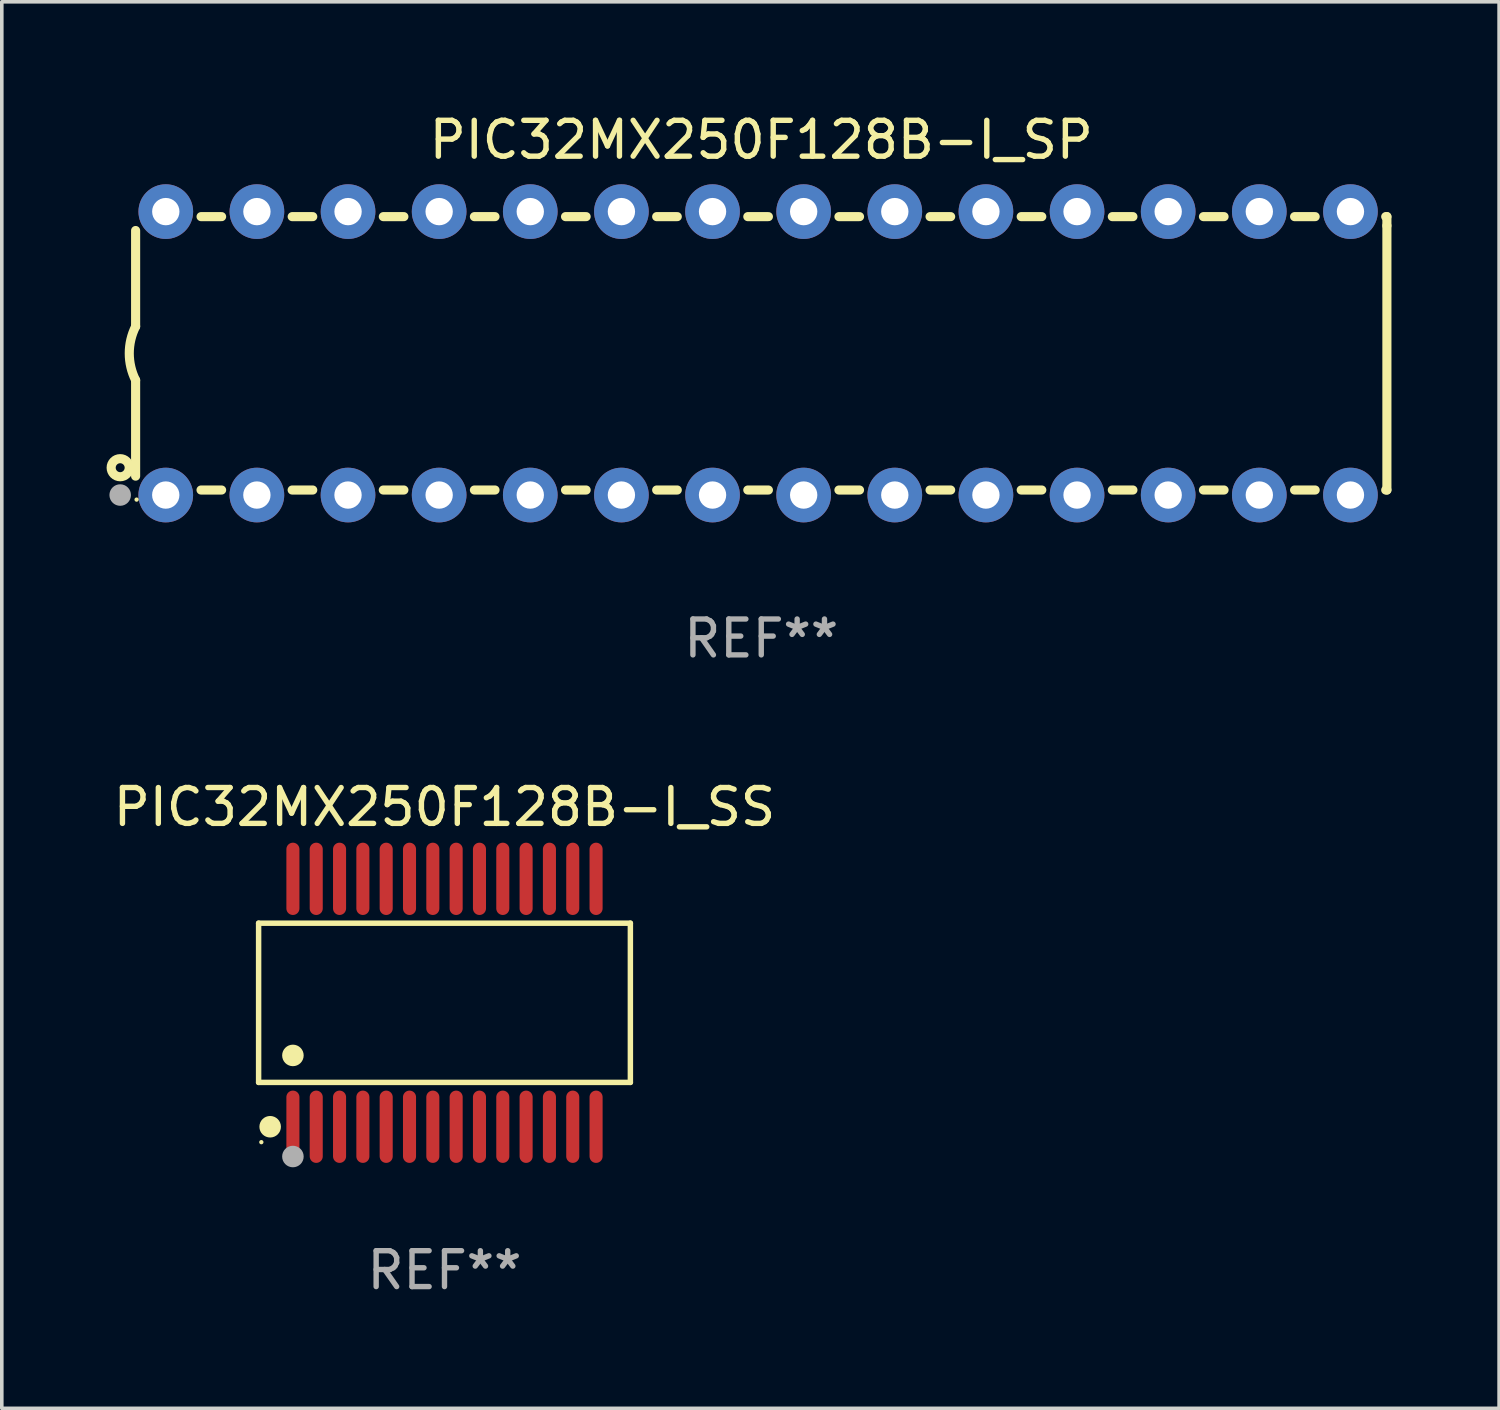
<source format=kicad_pcb>
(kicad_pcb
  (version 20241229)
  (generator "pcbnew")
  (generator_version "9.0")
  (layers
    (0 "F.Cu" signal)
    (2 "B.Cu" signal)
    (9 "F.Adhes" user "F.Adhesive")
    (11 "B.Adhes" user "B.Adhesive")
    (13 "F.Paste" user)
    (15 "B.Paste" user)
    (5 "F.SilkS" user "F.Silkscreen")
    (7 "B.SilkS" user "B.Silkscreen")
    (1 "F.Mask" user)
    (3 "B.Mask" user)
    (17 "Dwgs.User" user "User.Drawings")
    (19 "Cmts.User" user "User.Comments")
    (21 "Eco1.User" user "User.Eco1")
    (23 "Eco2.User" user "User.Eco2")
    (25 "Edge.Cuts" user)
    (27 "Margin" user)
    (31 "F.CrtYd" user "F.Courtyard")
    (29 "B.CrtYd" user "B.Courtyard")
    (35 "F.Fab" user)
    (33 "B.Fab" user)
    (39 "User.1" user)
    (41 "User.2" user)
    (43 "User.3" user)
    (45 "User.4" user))
  (footprint "PIC32MX250F128B-I_SP"
    (layer "F.Cu")
    (at 18.168 6.798)
    (property "Reference" "PIC32MX250F128B-I_SP" (at 0 -5.95 0) (layer "F.SilkS") (effects (font (size 1 1) (thickness 0.15))))
    (attr through_hole)
    (fp_line (start -17.438 0.75) (end -17.438 3.423) (stroke (width 0.254) (type solid)) (layer "F.SilkS"))
    (fp_line (start -17.438 -3.423) (end -17.438 -0.75) (stroke (width 0.254) (type solid)) (layer "F.SilkS"))
    (fp_line (start -15.615 3.81) (end -15.041 3.81) (stroke (width 0.254) (type solid)) (layer "F.SilkS"))
    (fp_line (start -15.041 -3.81) (end -15.614 -3.81) (stroke (width 0.254) (type solid)) (layer "F.SilkS"))
    (fp_line (start -13.075 3.81) (end -12.501 3.81) (stroke (width 0.254) (type solid)) (layer "F.SilkS"))
    (fp_line (start -12.501 -3.81) (end -13.074 -3.81) (stroke (width 0.254) (type solid)) (layer "F.SilkS"))
    (fp_line (start -10.535 3.81) (end -9.961 3.81) (stroke (width 0.254) (type solid)) (layer "F.SilkS"))
    (fp_line (start -9.961 -3.81) (end -10.534 -3.81) (stroke (width 0.254) (type solid)) (layer "F.SilkS"))
    (fp_line (start -7.995 3.81) (end -7.421 3.81) (stroke (width 0.254) (type solid)) (layer "F.SilkS"))
    (fp_line (start -7.421 -3.81) (end -7.995 -3.81) (stroke (width 0.254) (type solid)) (layer "F.SilkS"))
    (fp_line (start -5.455 3.81) (end -4.881 3.81) (stroke (width 0.254) (type solid)) (layer "F.SilkS"))
    (fp_line (start -4.881 -3.81) (end -5.455 -3.81) (stroke (width 0.254) (type solid)) (layer "F.SilkS"))
    (fp_line (start -2.915 3.81) (end -2.341 3.81) (stroke (width 0.254) (type solid)) (layer "F.SilkS"))
    (fp_line (start -2.341 -3.81) (end -2.915 -3.81) (stroke (width 0.254) (type solid)) (layer "F.SilkS"))
    (fp_line (start -0.375 3.81) (end 0.199 3.81) (stroke (width 0.254) (type solid)) (layer "F.SilkS"))
    (fp_line (start 0.199 -3.81) (end -0.375 -3.81) (stroke (width 0.254) (type solid)) (layer "F.SilkS"))
    (fp_line (start 2.165 3.81) (end 2.739 3.81) (stroke (width 0.254) (type solid)) (layer "F.SilkS"))
    (fp_line (start 2.739 -3.81) (end 2.165 -3.81) (stroke (width 0.254) (type solid)) (layer "F.SilkS"))
    (fp_line (start 4.705 3.81) (end 5.279 3.81) (stroke (width 0.254) (type solid)) (layer "F.SilkS"))
    (fp_line (start 5.279 -3.81) (end 4.705 -3.81) (stroke (width 0.254) (type solid)) (layer "F.SilkS"))
    (fp_line (start 7.245 3.81) (end 7.819 3.81) (stroke (width 0.254) (type solid)) (layer "F.SilkS"))
    (fp_line (start 7.819 -3.81) (end 7.245 -3.81) (stroke (width 0.254) (type solid)) (layer "F.SilkS"))
    (fp_line (start 9.785 3.81) (end 10.359 3.81) (stroke (width 0.254) (type solid)) (layer "F.SilkS"))
    (fp_line (start 10.359 -3.81) (end 9.785 -3.81) (stroke (width 0.254) (type solid)) (layer "F.SilkS"))
    (fp_line (start 12.325 3.81) (end 12.899 3.81) (stroke (width 0.254) (type solid)) (layer "F.SilkS"))
    (fp_line (start 12.899 -3.81) (end 12.325 -3.81) (stroke (width 0.254) (type solid)) (layer "F.SilkS"))
    (fp_line (start 14.865 3.81) (end 15.439 3.81) (stroke (width 0.254) (type solid)) (layer "F.SilkS"))
    (fp_line (start 15.439 -3.81) (end 14.865 -3.81) (stroke (width 0.254) (type solid)) (layer "F.SilkS"))
    (fp_line (start 17.405 3.81) (end 17.438 3.81) (stroke (width 0.254) (type solid)) (layer "F.SilkS"))
    (fp_line (start 17.438 -3.81) (end 17.405 -3.81) (stroke (width 0.254) (type solid)) (layer "F.SilkS"))
    (fp_line (start 17.438 -3.556) (end 17.438 -3.81) (stroke (width 0.254) (type solid)) (layer "F.SilkS"))
    (fp_line (start 17.438 3.81) (end 17.438 -3.556) (stroke (width 0.254) (type solid)) (layer "F.SilkS"))
    (fp_arc (start -17.437986 0.749657) (mid -17.614887 -0.000024) (end -17.437783 -0.749657) (stroke (width 0.254001) (type solid)) (layer "F.SilkS"))
    (fp_circle (center -17.868 3.188) (end -17.743 3.188) (stroke (width 0.254) (type solid)) (fill no) (layer "F.SilkS"))
    (fp_circle (center -17.411 4.077) (end -17.381 4.077) (stroke (width 0.06) (type solid)) (fill no) (layer "F.SilkS"))
    (fp_circle (center -17.868 3.95) (end -17.718 3.95) (stroke (width 0.3) (type solid)) (fill no) (layer "F.Fab"))
    (fp_text user "REF**" (at 0 7.95 0) (layer "F.Fab") (effects (font (size 1 1) (thickness 0.15))))
    (pad "1" thru_hole circle (at -16.598 3.95) (size 1.524 1.524) (drill 0.762) (layers "*.Cu" "*.Mask"))
    (pad "2" thru_hole circle (at -14.058 3.95) (size 1.524 1.524) (drill 0.762) (layers "*.Cu" "*.Mask"))
    (pad "3" thru_hole circle (at -11.518 3.95) (size 1.524 1.524) (drill 0.762) (layers "*.Cu" "*.Mask"))
    (pad "4" thru_hole circle (at -8.978 3.95) (size 1.524 1.524) (drill 0.762) (layers "*.Cu" "*.Mask"))
    (pad "5" thru_hole circle (at -6.438 3.95) (size 1.524 1.524) (drill 0.762) (layers "*.Cu" "*.Mask"))
    (pad "6" thru_hole circle (at -3.898 3.95) (size 1.524 1.524) (drill 0.762) (layers "*.Cu" "*.Mask"))
    (pad "7" thru_hole circle (at -1.358 3.95) (size 1.524 1.524) (drill 0.762) (layers "*.Cu" "*.Mask"))
    (pad "8" thru_hole circle (at 1.182 3.95) (size 1.524 1.524) (drill 0.762) (layers "*.Cu" "*.Mask"))
    (pad "9" thru_hole circle (at 3.722 3.95) (size 1.524 1.524) (drill 0.762) (layers "*.Cu" "*.Mask"))
    (pad "10" thru_hole circle (at 6.262 3.95) (size 1.524 1.524) (drill 0.762) (layers "*.Cu" "*.Mask"))
    (pad "11" thru_hole circle (at 8.802 3.95) (size 1.524 1.524) (drill 0.762) (layers "*.Cu" "*.Mask"))
    (pad "12" thru_hole circle (at 11.342 3.95) (size 1.524 1.524) (drill 0.762) (layers "*.Cu" "*.Mask"))
    (pad "13" thru_hole circle (at 13.882 3.95) (size 1.524 1.524) (drill 0.762) (layers "*.Cu" "*.Mask"))
    (pad "14" thru_hole circle (at 16.422 3.95) (size 1.524 1.524) (drill 0.762) (layers "*.Cu" "*.Mask"))
    (pad "15" thru_hole circle (at 16.422 -3.95) (size 1.524 1.524) (drill 0.762) (layers "*.Cu" "*.Mask"))
    (pad "16" thru_hole circle (at 13.882 -3.95) (size 1.524 1.524) (drill 0.762) (layers "*.Cu" "*.Mask"))
    (pad "17" thru_hole circle (at 11.342 -3.95) (size 1.524 1.524) (drill 0.762) (layers "*.Cu" "*.Mask"))
    (pad "18" thru_hole circle (at 8.802 -3.95) (size 1.524 1.524) (drill 0.762) (layers "*.Cu" "*.Mask"))
    (pad "19" thru_hole circle (at 6.262 -3.95) (size 1.524 1.524) (drill 0.762) (layers "*.Cu" "*.Mask"))
    (pad "20" thru_hole circle (at 3.722 -3.95) (size 1.524 1.524) (drill 0.762) (layers "*.Cu" "*.Mask"))
    (pad "21" thru_hole circle (at 1.182 -3.95) (size 1.524 1.524) (drill 0.762) (layers "*.Cu" "*.Mask"))
    (pad "22" thru_hole circle (at -1.358 -3.95) (size 1.524 1.524) (drill 0.762) (layers "*.Cu" "*.Mask"))
    (pad "23" thru_hole circle (at -3.898 -3.95) (size 1.524 1.524) (drill 0.762) (layers "*.Cu" "*.Mask"))
    (pad "24" thru_hole circle (at -6.438 -3.95) (size 1.524 1.524) (drill 0.762) (layers "*.Cu" "*.Mask"))
    (pad "25" thru_hole circle (at -8.978 -3.95) (size 1.524 1.524) (drill 0.762) (layers "*.Cu" "*.Mask"))
    (pad "26" thru_hole circle (at -11.517 -3.95) (size 1.524 1.524) (drill 0.762) (layers "*.Cu" "*.Mask"))
    (pad "27" thru_hole circle (at -14.057 -3.95) (size 1.524 1.524) (drill 0.762) (layers "*.Cu" "*.Mask"))
    (pad "28" thru_hole circle (at -16.597 -3.95) (size 1.524 1.524) (drill 0.762) (layers "*.Cu" "*.Mask")))
  (footprint "PIC32MX250F128B-I_SS"
    (layer "F.Cu")
    (at 9.339 24.9)
    (property "Reference" "PIC32MX250F128B-I_SS" (at 0 -5.455 0) (layer "F.SilkS") (effects (font (size 1 1) (thickness 0.15))))
    (attr through_hole)
    (fp_line (start -5.181 -2.219) (end 5.181 -2.219) (stroke (width 0.152) (type solid)) (layer "F.SilkS"))
    (fp_line (start -5.181 2.219) (end -5.181 -2.219) (stroke (width 0.152) (type solid)) (layer "F.SilkS"))
    (fp_line (start 5.181 -2.219) (end 5.181 2.219) (stroke (width 0.152) (type solid)) (layer "F.SilkS"))
    (fp_line (start 5.181 2.219) (end -5.181 2.219) (stroke (width 0.152) (type solid)) (layer "F.SilkS"))
    (fp_circle (center -5.105 3.885) (end -5.075 3.885) (stroke (width 0.06) (type solid)) (fill no) (layer "F.SilkS"))
    (fp_circle (center -4.859 3.455) (end -4.709 3.455) (stroke (width 0.3) (type solid)) (fill no) (layer "F.SilkS"))
    (fp_circle (center -4.225 1.467) (end -4.075 1.467) (stroke (width 0.3) (type solid)) (fill no) (layer "F.SilkS"))
    (fp_circle (center -4.225 4.285) (end -4.075 4.285) (stroke (width 0.3) (type solid)) (fill no) (layer "F.Fab"))
    (fp_text user "REF**" (at 0 7.455 0) (layer "F.Fab") (effects (font (size 1 1) (thickness 0.15))))
    (pad "1" smd oval (at -4.225 3.455) (size 0.364 2.015) (layers "F.Cu" "F.Mask" "F.Paste"))
    (pad "2" smd oval (at -3.575 3.455) (size 0.364 2.015) (layers "F.Cu" "F.Mask" "F.Paste"))
    (pad "3" smd oval (at -2.925 3.455) (size 0.364 2.015) (layers "F.Cu" "F.Mask" "F.Paste"))
    (pad "4" smd oval (at -2.275 3.455) (size 0.364 2.015) (layers "F.Cu" "F.Mask" "F.Paste"))
    (pad "5" smd oval (at -1.625 3.455) (size 0.364 2.015) (layers "F.Cu" "F.Mask" "F.Paste"))
    (pad "6" smd oval (at -0.975 3.455) (size 0.364 2.015) (layers "F.Cu" "F.Mask" "F.Paste"))
    (pad "7" smd oval (at -0.325 3.455) (size 0.364 2.015) (layers "F.Cu" "F.Mask" "F.Paste"))
    (pad "8" smd oval (at 0.325 3.455) (size 0.364 2.015) (layers "F.Cu" "F.Mask" "F.Paste"))
    (pad "9" smd oval (at 0.975 3.455) (size 0.364 2.015) (layers "F.Cu" "F.Mask" "F.Paste"))
    (pad "10" smd oval (at 1.625 3.455) (size 0.364 2.015) (layers "F.Cu" "F.Mask" "F.Paste"))
    (pad "11" smd oval (at 2.275 3.455) (size 0.364 2.015) (layers "F.Cu" "F.Mask" "F.Paste"))
    (pad "12" smd oval (at 2.925 3.455) (size 0.364 2.015) (layers "F.Cu" "F.Mask" "F.Paste"))
    (pad "13" smd oval (at 3.575 3.455) (size 0.364 2.015) (layers "F.Cu" "F.Mask" "F.Paste"))
    (pad "14" smd oval (at 4.225 3.455) (size 0.364 2.015) (layers "F.Cu" "F.Mask" "F.Paste"))
    (pad "15" smd oval (at 4.225 -3.455) (size 0.364 2.015) (layers "F.Cu" "F.Mask" "F.Paste"))
    (pad "16" smd oval (at 3.575 -3.455) (size 0.364 2.015) (layers "F.Cu" "F.Mask" "F.Paste"))
    (pad "17" smd oval (at 2.925 -3.455) (size 0.364 2.015) (layers "F.Cu" "F.Mask" "F.Paste"))
    (pad "18" smd oval (at 2.275 -3.455) (size 0.364 2.015) (layers "F.Cu" "F.Mask" "F.Paste"))
    (pad "19" smd oval (at 1.625 -3.455) (size 0.364 2.015) (layers "F.Cu" "F.Mask" "F.Paste"))
    (pad "20" smd oval (at 0.975 -3.455) (size 0.364 2.015) (layers "F.Cu" "F.Mask" "F.Paste"))
    (pad "21" smd oval (at 0.325 -3.455) (size 0.364 2.015) (layers "F.Cu" "F.Mask" "F.Paste"))
    (pad "22" smd oval (at -0.325 -3.455) (size 0.364 2.015) (layers "F.Cu" "F.Mask" "F.Paste"))
    (pad "23" smd oval (at -0.975 -3.455) (size 0.364 2.015) (layers "F.Cu" "F.Mask" "F.Paste"))
    (pad "24" smd oval (at -1.625 -3.455) (size 0.364 2.015) (layers "F.Cu" "F.Mask" "F.Paste"))
    (pad "25" smd oval (at -2.275 -3.455) (size 0.364 2.015) (layers "F.Cu" "F.Mask" "F.Paste"))
    (pad "26" smd oval (at -2.925 -3.455) (size 0.364 2.015) (layers "F.Cu" "F.Mask" "F.Paste"))
    (pad "27" smd oval (at -3.575 -3.455) (size 0.364 2.015) (layers "F.Cu" "F.Mask" "F.Paste"))
    (pad "28" smd oval (at -4.225 -3.455) (size 0.364 2.015) (layers "F.Cu" "F.Mask" "F.Paste")))
  (gr_rect
    (start -3 -3)
    (end 38.733 36.203)
    (stroke (width 0.1) (type default))
    (fill no)
    (layer "Edge.Cuts")))
</source>
